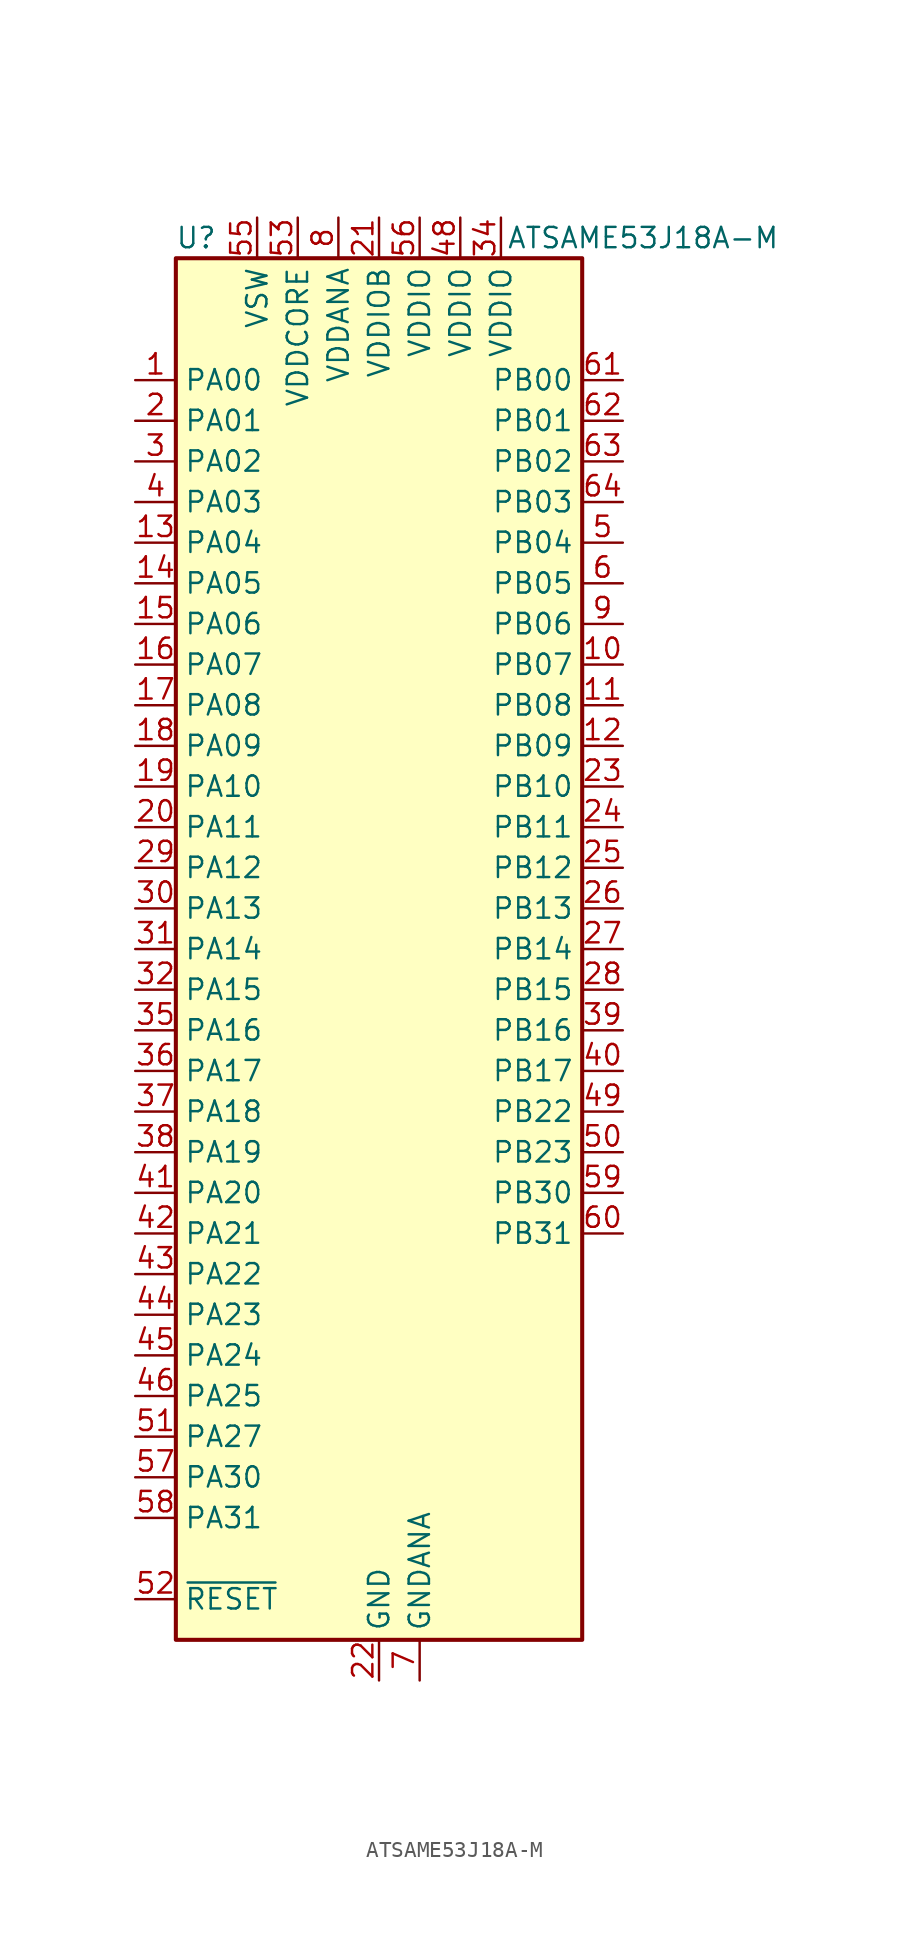
<source format=kicad_sym>
(kicad_symbol_lib
  (version 20220914)
  (generator kicad_symbol_editor)
  (symbol "ATSAME53J18A-M"
    (property "Reference" "U"
      (at -11.43 44.45 0)
      (effects (font (size 1.27 1.27))))
    (property "Value" "ATSAME53J18A-M"
      (at 16.51 44.45 0)
      (effects (font (size 1.27 1.27))))
    (symbol "ATSAME53J18A-M_0_1"
      (rectangle (start -12.7 43.18) (end 12.7 -43.18) (stroke (width 0.254) (type default)) (fill (type background))))
    (symbol "ATSAME53J18A-M_1_1"
      (pin bidirectional line (at -15.24 35.56 0) (length 2.54) (name "PA00" (effects (font (size 1.27 1.27)))) (number "1" (effects (font (size 1.27 1.27)))))
      (pin bidirectional line (at 15.24 17.78 180) (length 2.54) (name "PB07" (effects (font (size 1.27 1.27)))) (number "10" (effects (font (size 1.27 1.27)))))
      (pin bidirectional line (at 15.24 15.24 180) (length 2.54) (name "PB08" (effects (font (size 1.27 1.27)))) (number "11" (effects (font (size 1.27 1.27)))))
      (pin bidirectional line (at 15.24 12.7 180) (length 2.54) (name "PB09" (effects (font (size 1.27 1.27)))) (number "12" (effects (font (size 1.27 1.27)))))
      (pin bidirectional line (at -15.24 25.4 0) (length 2.54) (name "PA04" (effects (font (size 1.27 1.27)))) (number "13" (effects (font (size 1.27 1.27)))))
      (pin bidirectional line (at -15.24 22.86 0) (length 2.54) (name "PA05" (effects (font (size 1.27 1.27)))) (number "14" (effects (font (size 1.27 1.27)))))
      (pin bidirectional line (at -15.24 20.32 0) (length 2.54) (name "PA06" (effects (font (size 1.27 1.27)))) (number "15" (effects (font (size 1.27 1.27)))))
      (pin bidirectional line (at -15.24 17.78 0) (length 2.54) (name "PA07" (effects (font (size 1.27 1.27)))) (number "16" (effects (font (size 1.27 1.27)))))
      (pin bidirectional line (at -15.24 15.24 0) (length 2.54) (name "PA08" (effects (font (size 1.27 1.27)))) (number "17" (effects (font (size 1.27 1.27)))))
      (pin bidirectional line (at -15.24 12.7 0) (length 2.54) (name "PA09" (effects (font (size 1.27 1.27)))) (number "18" (effects (font (size 1.27 1.27)))))
      (pin bidirectional line (at -15.24 10.16 0) (length 2.54) (name "PA10" (effects (font (size 1.27 1.27)))) (number "19" (effects (font (size 1.27 1.27)))))
      (pin bidirectional line (at -15.24 33.02 0) (length 2.54) (name "PA01" (effects (font (size 1.27 1.27)))) (number "2" (effects (font (size 1.27 1.27)))))
      (pin bidirectional line (at -15.24 7.62 0) (length 2.54) (name "PA11" (effects (font (size 1.27 1.27)))) (number "20" (effects (font (size 1.27 1.27)))))
      (pin power_in line (at 0 45.72 270) (length 2.54) (name "VDDIOB" (effects (font (size 1.27 1.27)))) (number "21" (effects (font (size 1.27 1.27)))))
      (pin power_in line (at 0 -45.72 90) (length 2.54) (name "GND" (effects (font (size 1.27 1.27)))) (number "22" (effects (font (size 1.27 1.27)))))
      (pin bidirectional line (at 15.24 10.16 180) (length 2.54) (name "PB10" (effects (font (size 1.27 1.27)))) (number "23" (effects (font (size 1.27 1.27)))))
      (pin bidirectional line (at 15.24 7.62 180) (length 2.54) (name "PB11" (effects (font (size 1.27 1.27)))) (number "24" (effects (font (size 1.27 1.27)))))
      (pin bidirectional line (at 15.24 5.08 180) (length 2.54) (name "PB12" (effects (font (size 1.27 1.27)))) (number "25" (effects (font (size 1.27 1.27)))))
      (pin bidirectional line (at 15.24 2.54 180) (length 2.54) (name "PB13" (effects (font (size 1.27 1.27)))) (number "26" (effects (font (size 1.27 1.27)))))
      (pin bidirectional line (at 15.24 0 180) (length 2.54) (name "PB14" (effects (font (size 1.27 1.27)))) (number "27" (effects (font (size 1.27 1.27)))))
      (pin bidirectional line (at 15.24 -2.54 180) (length 2.54) (name "PB15" (effects (font (size 1.27 1.27)))) (number "28" (effects (font (size 1.27 1.27)))))
      (pin bidirectional line (at -15.24 5.08 0) (length 2.54) (name "PA12" (effects (font (size 1.27 1.27)))) (number "29" (effects (font (size 1.27 1.27)))))
      (pin bidirectional line (at -15.24 30.48 0) (length 2.54) (name "PA02" (effects (font (size 1.27 1.27)))) (number "3" (effects (font (size 1.27 1.27)))))
      (pin bidirectional line (at -15.24 2.54 0) (length 2.54) (name "PA13" (effects (font (size 1.27 1.27)))) (number "30" (effects (font (size 1.27 1.27)))))
      (pin bidirectional line (at -15.24 0 0) (length 2.54) (name "PA14" (effects (font (size 1.27 1.27)))) (number "31" (effects (font (size 1.27 1.27)))))
      (pin bidirectional line (at -15.24 -2.54 0) (length 2.54) (name "PA15" (effects (font (size 1.27 1.27)))) (number "32" (effects (font (size 1.27 1.27)))))
      (pin passive line (at 0 -45.72 90) (length 2.54) hide (name "GND" (effects (font (size 1.27 1.27)))) (number "33" (effects (font (size 1.27 1.27)))))
      (pin power_in line (at 7.62 45.72 270) (length 2.54) (name "VDDIO" (effects (font (size 1.27 1.27)))) (number "34" (effects (font (size 1.27 1.27)))))
      (pin bidirectional line (at -15.24 -5.08 0) (length 2.54) (name "PA16" (effects (font (size 1.27 1.27)))) (number "35" (effects (font (size 1.27 1.27)))))
      (pin bidirectional line (at -15.24 -7.62 0) (length 2.54) (name "PA17" (effects (font (size 1.27 1.27)))) (number "36" (effects (font (size 1.27 1.27)))))
      (pin bidirectional line (at -15.24 -10.16 0) (length 2.54) (name "PA18" (effects (font (size 1.27 1.27)))) (number "37" (effects (font (size 1.27 1.27)))))
      (pin bidirectional line (at -15.24 -12.7 0) (length 2.54) (name "PA19" (effects (font (size 1.27 1.27)))) (number "38" (effects (font (size 1.27 1.27)))))
      (pin bidirectional line (at 15.24 -5.08 180) (length 2.54) (name "PB16" (effects (font (size 1.27 1.27)))) (number "39" (effects (font (size 1.27 1.27)))))
      (pin bidirectional line (at -15.24 27.94 0) (length 2.54) (name "PA03" (effects (font (size 1.27 1.27)))) (number "4" (effects (font (size 1.27 1.27)))))
      (pin bidirectional line (at 15.24 -7.62 180) (length 2.54) (name "PB17" (effects (font (size 1.27 1.27)))) (number "40" (effects (font (size 1.27 1.27)))))
      (pin bidirectional line (at -15.24 -15.24 0) (length 2.54) (name "PA20" (effects (font (size 1.27 1.27)))) (number "41" (effects (font (size 1.27 1.27)))))
      (pin bidirectional line (at -15.24 -17.78 0) (length 2.54) (name "PA21" (effects (font (size 1.27 1.27)))) (number "42" (effects (font (size 1.27 1.27)))))
      (pin bidirectional line (at -15.24 -20.32 0) (length 2.54) (name "PA22" (effects (font (size 1.27 1.27)))) (number "43" (effects (font (size 1.27 1.27)))))
      (pin bidirectional line (at -15.24 -22.86 0) (length 2.54) (name "PA23" (effects (font (size 1.27 1.27)))) (number "44" (effects (font (size 1.27 1.27)))))
      (pin bidirectional line (at -15.24 -25.4 0) (length 2.54) (name "PA24" (effects (font (size 1.27 1.27)))) (number "45" (effects (font (size 1.27 1.27)))))
      (pin bidirectional line (at -15.24 -27.94 0) (length 2.54) (name "PA25" (effects (font (size 1.27 1.27)))) (number "46" (effects (font (size 1.27 1.27)))))
      (pin passive line (at 0 -45.72 90) (length 2.54) hide (name "GND" (effects (font (size 1.27 1.27)))) (number "47" (effects (font (size 1.27 1.27)))))
      (pin power_in line (at 5.08 45.72 270) (length 2.54) (name "VDDIO" (effects (font (size 1.27 1.27)))) (number "48" (effects (font (size 1.27 1.27)))))
      (pin bidirectional line (at 15.24 -10.16 180) (length 2.54) (name "PB22" (effects (font (size 1.27 1.27)))) (number "49" (effects (font (size 1.27 1.27)))))
      (pin bidirectional line (at 15.24 25.4 180) (length 2.54) (name "PB04" (effects (font (size 1.27 1.27)))) (number "5" (effects (font (size 1.27 1.27)))))
      (pin bidirectional line (at 15.24 -12.7 180) (length 2.54) (name "PB23" (effects (font (size 1.27 1.27)))) (number "50" (effects (font (size 1.27 1.27)))))
      (pin bidirectional line (at -15.24 -30.48 0) (length 2.54) (name "PA27" (effects (font (size 1.27 1.27)))) (number "51" (effects (font (size 1.27 1.27)))))
      (pin input line (at -15.24 -40.64 0) (length 2.54) (name "~{RESET}" (effects (font (size 1.27 1.27)))) (number "52" (effects (font (size 1.27 1.27)))))
      (pin power_out line (at -5.08 45.72 270) (length 2.54) (name "VDDCORE" (effects (font (size 1.27 1.27)))) (number "53" (effects (font (size 1.27 1.27)))))
      (pin passive line (at 0 -45.72 90) (length 2.54) hide (name "GND" (effects (font (size 1.27 1.27)))) (number "54" (effects (font (size 1.27 1.27)))))
      (pin power_in line (at -7.62 45.72 270) (length 2.54) (name "VSW" (effects (font (size 1.27 1.27)))) (number "55" (effects (font (size 1.27 1.27)))))
      (pin power_in line (at 2.54 45.72 270) (length 2.54) (name "VDDIO" (effects (font (size 1.27 1.27)))) (number "56" (effects (font (size 1.27 1.27)))))
      (pin bidirectional line (at -15.24 -33.02 0) (length 2.54) (name "PA30" (effects (font (size 1.27 1.27)))) (number "57" (effects (font (size 1.27 1.27)))))
      (pin bidirectional line (at -15.24 -35.56 0) (length 2.54) (name "PA31" (effects (font (size 1.27 1.27)))) (number "58" (effects (font (size 1.27 1.27)))))
      (pin bidirectional line (at 15.24 -15.24 180) (length 2.54) (name "PB30" (effects (font (size 1.27 1.27)))) (number "59" (effects (font (size 1.27 1.27)))))
      (pin bidirectional line (at 15.24 22.86 180) (length 2.54) (name "PB05" (effects (font (size 1.27 1.27)))) (number "6" (effects (font (size 1.27 1.27)))))
      (pin bidirectional line (at 15.24 -17.78 180) (length 2.54) (name "PB31" (effects (font (size 1.27 1.27)))) (number "60" (effects (font (size 1.27 1.27)))))
      (pin bidirectional line (at 15.24 35.56 180) (length 2.54) (name "PB00" (effects (font (size 1.27 1.27)))) (number "61" (effects (font (size 1.27 1.27)))))
      (pin bidirectional line (at 15.24 33.02 180) (length 2.54) (name "PB01" (effects (font (size 1.27 1.27)))) (number "62" (effects (font (size 1.27 1.27)))))
      (pin bidirectional line (at 15.24 30.48 180) (length 2.54) (name "PB02" (effects (font (size 1.27 1.27)))) (number "63" (effects (font (size 1.27 1.27)))))
      (pin bidirectional line (at 15.24 27.94 180) (length 2.54) (name "PB03" (effects (font (size 1.27 1.27)))) (number "64" (effects (font (size 1.27 1.27)))))
      (pin passive line (at 0 -45.72 90) (length 2.54) hide (name "GND" (effects (font (size 1.27 1.27)))) (number "65" (effects (font (size 1.27 1.27)))))
      (pin power_in line (at 2.54 -45.72 90) (length 2.54) (name "GNDANA" (effects (font (size 1.27 1.27)))) (number "7" (effects (font (size 1.27 1.27)))))
      (pin power_in line (at -2.54 45.72 270) (length 2.54) (name "VDDANA" (effects (font (size 1.27 1.27)))) (number "8" (effects (font (size 1.27 1.27)))))
      (pin bidirectional line (at 15.24 20.32 180) (length 2.54) (name "PB06" (effects (font (size 1.27 1.27)))) (number "9" (effects (font (size 1.27 1.27))))))))
</source>
